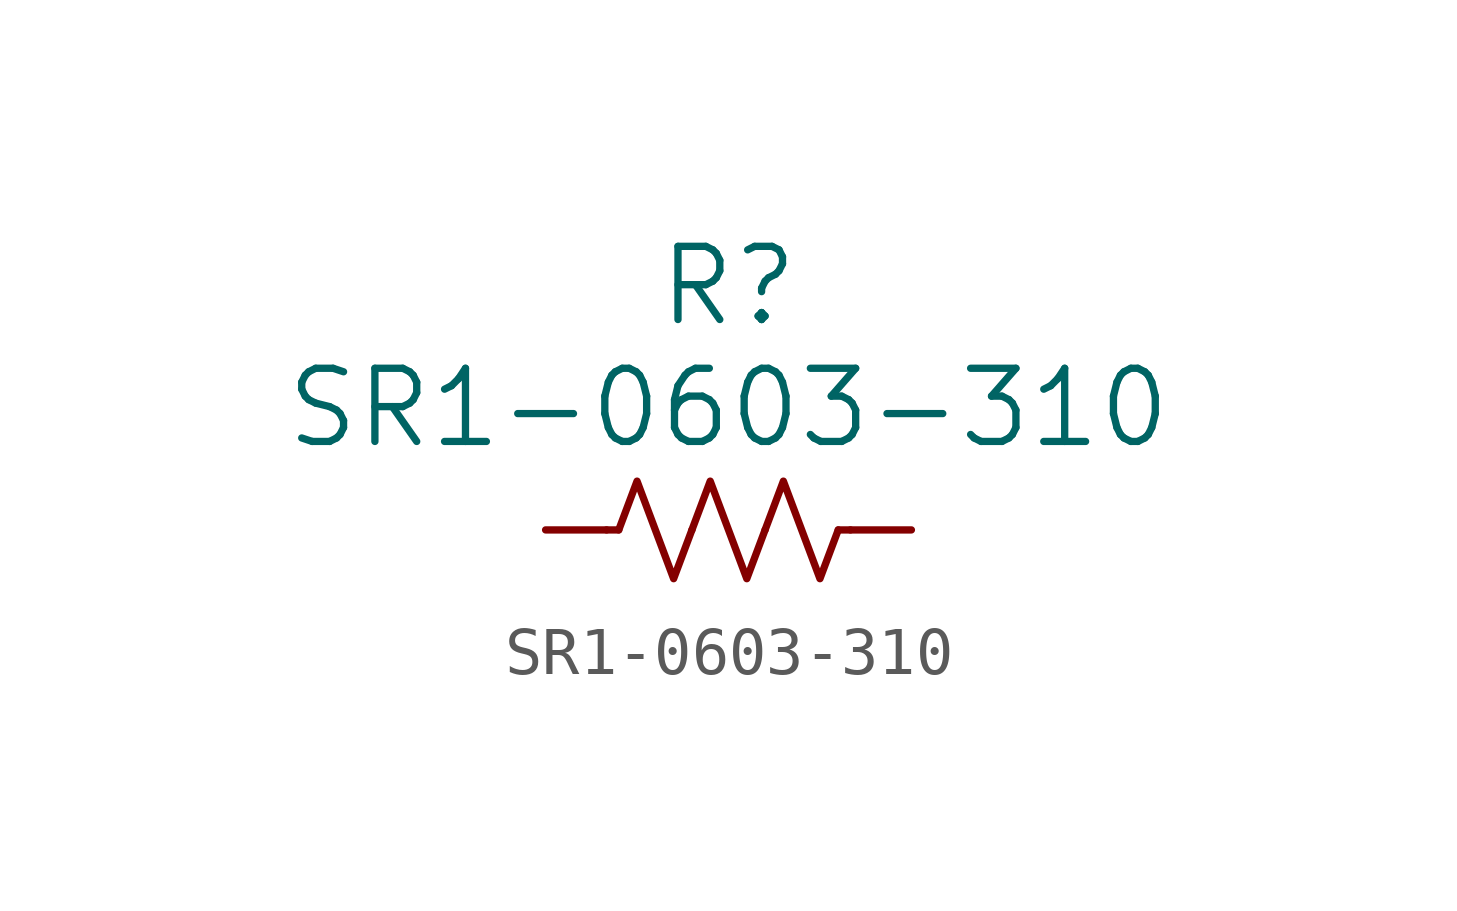
<source format=kicad_sym>
(kicad_symbol_lib
  (version 20220328)
  (generator kicad_symbol_editor)
  (symbol "SR1-0603-310"
    (pin_numbers hide)
    (pin_names
      (offset -2.54))
    (property "Reference" "R"
      (at 0 5.08 0)
      (effects (font (size 1.524 1.524))))
    (property "Value" "SR1-0603-310"
      (at 0 2.54 0)
      (effects (font (size 1.524 1.524))))
    (symbol "SR1-0603-310_0_1"
      (polyline (pts (xy -2.286 0) (xy -2.54 0)) (stroke (width 0) (type default)) (fill (type none)))
      (polyline (pts (xy 2.286 0) (xy 2.54 0)) (stroke (width 0) (type default)) (fill (type none)))
      (polyline (pts (xy -2.286 0) (xy -1.905 1.016) (xy -1.524 0) (xy -1.143 -1.016) (xy -0.762 0)) (stroke (width 0) (type default)) (fill (type none)))
      (polyline (pts (xy -0.762 0) (xy -0.381 1.016) (xy 0 0) (xy 0.381 -1.016) (xy 0.762 0)) (stroke (width 0) (type default)) (fill (type none)))
      (polyline (pts (xy 0.762 0) (xy 1.143 1.016) (xy 1.524 0) (xy 1.905 -1.016) (xy 2.286 0)) (stroke (width 0) (type default)) (fill (type none))))
    (symbol "SR1-0603-310_1_1"
      (pin passive line (at -3.81 0 0) (length 1.27) (name "~" (effects (font (size 1.27 1.27)))) (number "1" (effects (font (size 1.27 1.27)))))
      (pin passive line (at 3.81 0 180) (length 1.27) (name "~" (effects (font (size 1.27 1.27)))) (number "2" (effects (font (size 1.27 1.27))))))))
</source>
